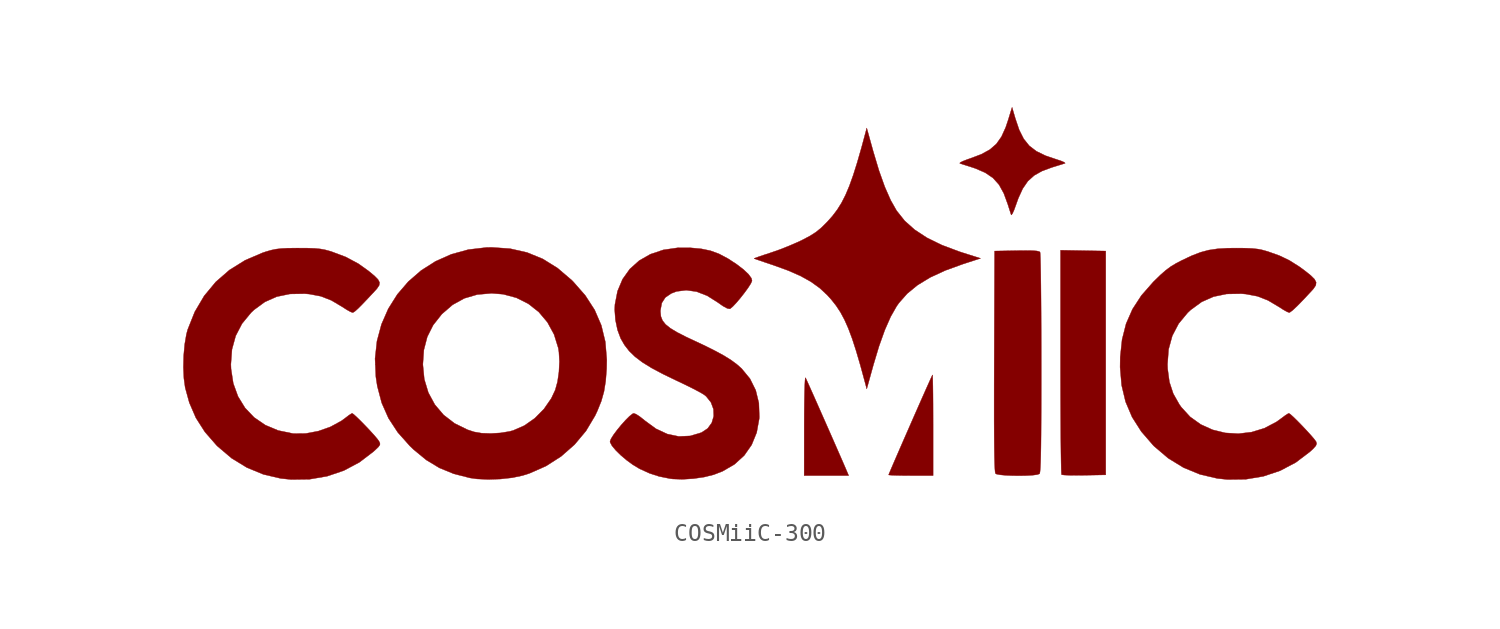
<source format=kicad_sym>
(kicad_symbol_lib
  (version 20220914)
  (generator kicad_symbol_editor)
  (symbol "COSMiiC-300"
    (pin_names
      (offset 1.016))
    (property "Reference" "#G"
      (at 0 9.948 0)
      (effects (font (size 1.27 1.27)) hide))
    (symbol "COSMiiC-300_0_0"
      (polyline (pts (xy 19.13 -10.395) (xy 20.362 -10.372) (xy 20.362 -3.979) (xy 20.362 2.413) (xy 19.071 2.436) (xy 17.78 2.46) (xy 17.78 -3.921) (xy 17.78 -4) (xy 17.781 -5.021) (xy 17.783 -5.992) (xy 17.787 -6.899) (xy 17.792 -7.73) (xy 17.797 -8.47) (xy 17.804 -9.108) (xy 17.812 -9.628) (xy 17.82 -10.02) (xy 17.829 -10.268) (xy 17.839 -10.36) (xy 17.861 -10.368) (xy 18.023 -10.385) (xy 18.309 -10.396) (xy 18.689 -10.399) (xy 19.13 -10.395)) (stroke (width 0.01) (type default)) (fill (type outline)))
      (polyline (pts (xy 5.558 -10.139) (xy 5.476 -9.946) (xy 5.324 -9.596) (xy 5.132 -9.158) (xy 4.912 -8.655) (xy 4.672 -8.108) (xy 4.422 -7.541) (xy 4.171 -6.974) (xy 3.931 -6.43) (xy 3.71 -5.931) (xy 3.517 -5.499) (xy 3.364 -5.157) (xy 3.259 -4.925) (xy 3.212 -4.826) (xy 3.201 -4.832) (xy 3.183 -4.965) (xy 3.168 -5.246) (xy 3.155 -5.66) (xy 3.145 -6.192) (xy 3.138 -6.829) (xy 3.135 -7.556) (xy 3.133 -10.414) (xy 4.404 -10.414) (xy 5.675 -10.414) (xy 5.558 -10.139)) (stroke (width 0.01) (type default)) (fill (type outline)))
      (polyline (pts (xy 10.499 -7.521) (xy 10.498 -6.973) (xy 10.496 -6.34) (xy 10.492 -5.781) (xy 10.486 -5.314) (xy 10.479 -4.96) (xy 10.472 -4.737) (xy 10.464 -4.664) (xy 10.443 -4.704) (xy 10.362 -4.879) (xy 10.229 -5.174) (xy 10.053 -5.568) (xy 9.844 -6.039) (xy 9.611 -6.567) (xy 9.363 -7.13) (xy 9.11 -7.708) (xy 8.86 -8.278) (xy 8.623 -8.821) (xy 8.409 -9.314) (xy 8.226 -9.737) (xy 8.084 -10.069) (xy 7.991 -10.288) (xy 7.959 -10.373) (xy 7.979 -10.38) (xy 8.133 -10.394) (xy 8.412 -10.404) (xy 8.787 -10.411) (xy 9.229 -10.414) (xy 10.499 -10.414) (xy 10.499 -7.521)) (stroke (width 0.01) (type default)) (fill (type outline)))
      (polyline (pts (xy 15.032 4.552) (xy 15.122 4.749) (xy 15.227 5.039) (xy 15.367 5.431) (xy 15.62 5.982) (xy 15.912 6.406) (xy 16.271 6.731) (xy 16.722 6.985) (xy 17.29 7.194) (xy 17.333 7.207) (xy 17.644 7.303) (xy 17.895 7.381) (xy 18.034 7.426) (xy 18.046 7.434) (xy 17.988 7.486) (xy 17.805 7.565) (xy 17.526 7.657) (xy 16.928 7.859) (xy 16.402 8.114) (xy 15.993 8.427) (xy 15.673 8.826) (xy 15.416 9.338) (xy 15.195 9.991) (xy 15.01 10.626) (xy 14.79 9.906) (xy 14.646 9.477) (xy 14.405 8.946) (xy 14.113 8.533) (xy 13.74 8.209) (xy 13.256 7.944) (xy 12.632 7.708) (xy 12.449 7.645) (xy 12.192 7.544) (xy 12.04 7.465) (xy 12.023 7.423) (xy 12.113 7.393) (xy 12.337 7.321) (xy 12.615 7.234) (xy 12.914 7.134) (xy 13.481 6.888) (xy 13.921 6.588) (xy 14.264 6.206) (xy 14.537 5.713) (xy 14.769 5.08) (xy 14.831 4.882) (xy 14.91 4.635) (xy 14.958 4.487) (xy 14.972 4.476) (xy 15.032 4.552)) (stroke (width 0.01) (type default)) (fill (type outline)))
      (polyline (pts (xy 15.842 -10.413) (xy 16.19 -10.392) (xy 16.448 -10.359) (xy 16.578 -10.312) (xy 16.592 -10.28) (xy 16.61 -10.164) (xy 16.626 -9.956) (xy 16.64 -9.649) (xy 16.651 -9.234) (xy 16.66 -8.702) (xy 16.667 -8.044) (xy 16.672 -7.253) (xy 16.676 -6.318) (xy 16.678 -5.231) (xy 16.678 -3.984) (xy 16.677 -3.024) (xy 16.674 -2.056) (xy 16.67 -1.149) (xy 16.664 -0.317) (xy 16.657 0.427) (xy 16.649 1.07) (xy 16.64 1.597) (xy 16.63 1.995) (xy 16.619 2.252) (xy 16.608 2.352) (xy 16.564 2.385) (xy 16.425 2.418) (xy 16.177 2.437) (xy 15.801 2.442) (xy 15.276 2.437) (xy 14.012 2.413) (xy 13.991 -3.885) (xy 13.991 -3.918) (xy 13.987 -5.202) (xy 13.986 -6.324) (xy 13.986 -7.29) (xy 13.99 -8.109) (xy 13.996 -8.786) (xy 14.004 -9.329) (xy 14.015 -9.745) (xy 14.029 -10.041) (xy 14.045 -10.223) (xy 14.065 -10.299) (xy 14.127 -10.331) (xy 14.337 -10.371) (xy 14.653 -10.4) (xy 15.035 -10.416) (xy 15.444 -10.421) (xy 15.842 -10.413)) (stroke (width 0.01) (type default)) (fill (type outline)))
      (polyline (pts (xy 7.079 -4.123) (xy 7.08 -4.117) (xy 7.407 -3.028) (xy 7.739 -2.1) (xy 8.075 -1.337) (xy 8.415 -0.739) (xy 8.546 -0.553) (xy 9.024 -0.013) (xy 9.616 0.472) (xy 10.337 0.909) (xy 11.198 1.306) (xy 12.214 1.674) (xy 13.21 1.996) (xy 12.203 2.314) (xy 11.989 2.384) (xy 10.994 2.757) (xy 10.151 3.17) (xy 9.448 3.63) (xy 8.873 4.143) (xy 8.415 4.719) (xy 8.413 4.721) (xy 8.074 5.319) (xy 7.737 6.084) (xy 7.405 7.013) (xy 7.079 8.102) (xy 6.708 9.44) (xy 6.607 9.059) (xy 6.407 8.32) (xy 6.161 7.465) (xy 5.933 6.742) (xy 5.714 6.131) (xy 5.495 5.613) (xy 5.268 5.169) (xy 5.024 4.779) (xy 4.756 4.424) (xy 4.454 4.084) (xy 4.436 4.066) (xy 4.115 3.747) (xy 3.813 3.5) (xy 3.473 3.282) (xy 3.033 3.049) (xy 2.773 2.925) (xy 2.263 2.705) (xy 1.72 2.491) (xy 1.224 2.318) (xy 1.207 2.313) (xy 0.837 2.192) (xy 0.538 2.09) (xy 0.341 2.018) (xy 0.274 1.986) (xy 0.278 1.984) (xy 0.387 1.943) (xy 0.621 1.862) (xy 0.949 1.75) (xy 1.339 1.619) (xy 1.375 1.607) (xy 2.224 1.299) (xy 2.931 0.988) (xy 3.522 0.658) (xy 4.024 0.296) (xy 4.461 -0.112) (xy 4.681 -0.356) (xy 4.957 -0.705) (xy 5.207 -1.084) (xy 5.437 -1.512) (xy 5.658 -2.01) (xy 5.877 -2.596) (xy 6.102 -3.29) (xy 6.343 -4.112) (xy 6.607 -5.08) (xy 6.708 -5.461) (xy 7.079 -4.123)) (stroke (width 0.01) (type default)) (fill (type outline)))
      (polyline (pts (xy -14.22 -10.611) (xy -13.544 -10.536) (xy -12.956 -10.412) (xy -12.563 -10.288) (xy -11.618 -9.871) (xy -10.753 -9.318) (xy -9.985 -8.644) (xy -9.332 -7.864) (xy -8.812 -6.992) (xy -8.683 -6.718) (xy -8.457 -6.158) (xy -8.304 -5.612) (xy -8.208 -5.018) (xy -8.154 -4.318) (xy -8.144 -3.796) (xy -8.228 -2.774) (xy -8.457 -1.83) (xy -8.838 -0.949) (xy -9.376 -0.118) (xy -10.075 0.677) (xy -10.152 0.753) (xy -10.956 1.439) (xy -11.801 1.964) (xy -12.701 2.332) (xy -13.668 2.55) (xy -14.714 2.623) (xy -15.02 2.617) (xy -16.053 2.496) (xy -17.027 2.228) (xy -17.93 1.826) (xy -18.753 1.302) (xy -19.483 0.668) (xy -20.112 -0.064) (xy -20.627 -0.883) (xy -21.017 -1.775) (xy -21.273 -2.729) (xy -21.383 -3.733) (xy -21.368 -4.064) (xy -18.653 -4.064) (xy -18.595 -3.236) (xy -18.401 -2.49) (xy -18.065 -1.819) (xy -17.581 -1.205) (xy -17.557 -1.179) (xy -16.952 -0.657) (xy -16.285 -0.289) (xy -15.545 -0.072) (xy -14.722 0) (xy -14.065 -0.053) (xy -13.308 -0.256) (xy -12.624 -0.6) (xy -12.027 -1.071) (xy -11.533 -1.658) (xy -11.157 -2.348) (xy -10.914 -3.127) (xy -10.878 -3.355) (xy -10.848 -3.901) (xy -10.877 -4.49) (xy -10.958 -5.053) (xy -11.087 -5.522) (xy -11.312 -6.002) (xy -11.734 -6.611) (xy -12.258 -7.14) (xy -12.854 -7.558) (xy -13.492 -7.837) (xy -13.701 -7.893) (xy -14.218 -7.977) (xy -14.771 -8.01) (xy -15.295 -7.992) (xy -15.726 -7.918) (xy -16.105 -7.793) (xy -16.842 -7.431) (xy -17.466 -6.95) (xy -17.968 -6.36) (xy -18.339 -5.675) (xy -18.571 -4.906) (xy -18.653 -4.064) (xy -21.368 -4.064) (xy -21.336 -4.775) (xy -21.254 -5.308) (xy -21.001 -6.266) (xy -20.615 -7.137) (xy -20.084 -7.948) (xy -19.396 -8.721) (xy -19.18 -8.928) (xy -18.456 -9.523) (xy -17.705 -9.977) (xy -16.886 -10.312) (xy -15.96 -10.548) (xy -15.569 -10.604) (xy -14.917 -10.635) (xy -14.22 -10.611)) (stroke (width 0.01) (type default)) (fill (type outline)))
      (polyline (pts (xy -25.129 -10.624) (xy -24.123 -10.452) (xy -23.169 -10.129) (xy -22.282 -9.659) (xy -21.477 -9.046) (xy -21.363 -8.943) (xy -21.185 -8.77) (xy -21.106 -8.654) (xy -21.107 -8.556) (xy -21.167 -8.438) (xy -21.265 -8.306) (xy -21.446 -8.094) (xy -21.681 -7.836) (xy -21.942 -7.561) (xy -22.201 -7.296) (xy -22.431 -7.072) (xy -22.603 -6.916) (xy -22.689 -6.858) (xy -22.731 -6.874) (xy -22.88 -6.97) (xy -23.081 -7.124) (xy -23.305 -7.289) (xy -23.929 -7.629) (xy -24.624 -7.875) (xy -25.339 -8.009) (xy -26.018 -8.016) (xy -26.096 -8.008) (xy -26.919 -7.838) (xy -27.652 -7.53) (xy -28.287 -7.096) (xy -28.811 -6.547) (xy -29.213 -5.893) (xy -29.484 -5.146) (xy -29.611 -4.318) (xy -29.621 -4.058) (xy -29.558 -3.206) (xy -29.346 -2.433) (xy -28.984 -1.735) (xy -28.47 -1.11) (xy -28.292 -0.942) (xy -27.677 -0.493) (xy -26.999 -0.192) (xy -26.245 -0.037) (xy -25.404 -0.022) (xy -25.133 -0.045) (xy -24.481 -0.169) (xy -23.879 -0.404) (xy -23.263 -0.769) (xy -23.26 -0.771) (xy -23.002 -0.937) (xy -22.789 -1.056) (xy -22.668 -1.101) (xy -22.613 -1.084) (xy -22.508 -1.009) (xy -22.347 -0.863) (xy -22.115 -0.63) (xy -21.799 -0.299) (xy -21.384 0.145) (xy -21.272 0.271) (xy -21.149 0.454) (xy -21.125 0.615) (xy -21.211 0.785) (xy -21.416 0.994) (xy -21.749 1.27) (xy -22.34 1.693) (xy -23.058 2.076) (xy -23.879 2.384) (xy -23.962 2.409) (xy -24.238 2.484) (xy -24.511 2.534) (xy -24.823 2.564) (xy -25.218 2.579) (xy -25.739 2.582) (xy -25.895 2.582) (xy -26.378 2.576) (xy -26.746 2.557) (xy -27.043 2.522) (xy -27.312 2.466) (xy -27.598 2.384) (xy -27.802 2.317) (xy -28.807 1.887) (xy -29.702 1.33) (xy -30.483 0.65) (xy -31.145 -0.148) (xy -31.682 -1.057) (xy -32.088 -2.074) (xy -32.159 -2.338) (xy -32.257 -2.911) (xy -32.316 -3.56) (xy -32.333 -4.228) (xy -32.304 -4.858) (xy -32.23 -5.391) (xy -31.994 -6.248) (xy -31.617 -7.119) (xy -31.104 -7.921) (xy -30.438 -8.686) (xy -30.382 -8.741) (xy -29.581 -9.421) (xy -28.701 -9.959) (xy -27.759 -10.347) (xy -26.771 -10.577) (xy -26.17 -10.639) (xy -25.129 -10.624)) (stroke (width 0.01) (type default)) (fill (type outline)))
      (polyline (pts (xy 28.361 -10.625) (xy 29.37 -10.456) (xy 30.327 -10.135) (xy 31.219 -9.665) (xy 32.029 -9.051) (xy 32.226 -8.869) (xy 32.364 -8.712) (xy 32.409 -8.596) (xy 32.383 -8.485) (xy 32.374 -8.468) (xy 32.268 -8.325) (xy 32.082 -8.108) (xy 31.844 -7.846) (xy 31.581 -7.567) (xy 31.32 -7.3) (xy 31.089 -7.073) (xy 30.916 -6.917) (xy 30.827 -6.858) (xy 30.783 -6.874) (xy 30.632 -6.968) (xy 30.428 -7.12) (xy 30.124 -7.341) (xy 29.433 -7.706) (xy 28.698 -7.931) (xy 27.944 -8.021) (xy 27.192 -7.976) (xy 26.467 -7.799) (xy 25.79 -7.493) (xy 25.185 -7.06) (xy 24.675 -6.503) (xy 24.571 -6.356) (xy 24.218 -5.731) (xy 24 -5.068) (xy 23.898 -4.318) (xy 23.889 -4.052) (xy 23.952 -3.201) (xy 24.164 -2.428) (xy 24.527 -1.734) (xy 25.039 -1.115) (xy 25.222 -0.944) (xy 25.842 -0.492) (xy 26.52 -0.192) (xy 27.269 -0.037) (xy 28.106 -0.022) (xy 28.377 -0.045) (xy 29.028 -0.169) (xy 29.631 -0.404) (xy 30.246 -0.769) (xy 30.249 -0.771) (xy 30.508 -0.937) (xy 30.72 -1.056) (xy 30.841 -1.101) (xy 30.878 -1.09) (xy 31.041 -0.97) (xy 31.309 -0.718) (xy 31.683 -0.334) (xy 32.162 0.182) (xy 32.242 0.275) (xy 32.363 0.46) (xy 32.382 0.629) (xy 32.289 0.807) (xy 32.074 1.02) (xy 31.725 1.298) (xy 31.404 1.532) (xy 30.851 1.88) (xy 30.285 2.151) (xy 29.631 2.384) (xy 29.598 2.394) (xy 29.309 2.475) (xy 29.031 2.529) (xy 28.719 2.562) (xy 28.328 2.578) (xy 27.813 2.582) (xy 27.341 2.577) (xy 26.756 2.543) (xy 26.252 2.469) (xy 25.78 2.343) (xy 25.287 2.153) (xy 24.723 1.888) (xy 24.4 1.721) (xy 24.084 1.532) (xy 23.795 1.318) (xy 23.485 1.046) (xy 23.11 0.681) (xy 23.066 0.636) (xy 22.398 -0.126) (xy 21.889 -0.909) (xy 21.525 -1.738) (xy 21.296 -2.641) (xy 21.19 -3.641) (xy 21.182 -4.223) (xy 21.269 -5.251) (xy 21.495 -6.196) (xy 21.868 -7.073) (xy 22.391 -7.896) (xy 23.072 -8.683) (xy 23.129 -8.741) (xy 23.928 -9.421) (xy 24.806 -9.959) (xy 25.748 -10.347) (xy 26.738 -10.577) (xy 27.317 -10.638) (xy 28.361 -10.625)) (stroke (width 0.01) (type default)) (fill (type outline)))
      (polyline (pts (xy -3.2 -10.589) (xy -2.581 -10.499) (xy -2.032 -10.362) (xy -1.529 -10.168) (xy -0.848 -9.772) (xy -0.293 -9.267) (xy 0.132 -8.659) (xy 0.419 -7.957) (xy 0.563 -7.168) (xy 0.57 -7.063) (xy 0.543 -6.269) (xy 0.364 -5.538) (xy 0.037 -4.88) (xy -0.436 -4.306) (xy -0.446 -4.296) (xy -0.718 -4.055) (xy -1.039 -3.819) (xy -1.429 -3.575) (xy -1.911 -3.311) (xy -2.507 -3.012) (xy -3.24 -2.667) (xy -3.615 -2.491) (xy -4.134 -2.226) (xy -4.521 -1.991) (xy -4.791 -1.772) (xy -4.963 -1.552) (xy -5.054 -1.318) (xy -5.08 -1.054) (xy -5.078 -0.965) (xy -5.001 -0.551) (xy -4.801 -0.24) (xy -4.463 -0.009) (xy -4.155 0.108) (xy -3.6 0.178) (xy -3.012 0.095) (xy -2.407 -0.14) (xy -1.801 -0.523) (xy -1.512 -0.726) (xy -1.262 -0.862) (xy -1.113 -0.888) (xy -1.091 -0.878) (xy -0.945 -0.756) (xy -0.74 -0.538) (xy -0.505 -0.26) (xy -0.27 0.04) (xy -0.062 0.327) (xy 0.088 0.564) (xy 0.153 0.715) (xy 0.12 0.856) (xy -0.045 1.085) (xy -0.333 1.358) (xy -0.725 1.658) (xy -1.204 1.971) (xy -1.244 1.995) (xy -1.737 2.256) (xy -2.221 2.432) (xy -2.755 2.542) (xy -3.397 2.601) (xy -4.085 2.6) (xy -4.914 2.48) (xy -5.654 2.232) (xy -6.295 1.865) (xy -6.829 1.386) (xy -7.244 0.803) (xy -7.53 0.123) (xy -7.679 -0.646) (xy -7.692 -0.938) (xy -7.649 -1.523) (xy -7.53 -2.095) (xy -7.348 -2.58) (xy -7.131 -2.956) (xy -6.863 -3.301) (xy -6.529 -3.625) (xy -6.11 -3.942) (xy -5.586 -4.266) (xy -4.939 -4.611) (xy -4.149 -4.992) (xy -3.837 -5.139) (xy -3.401 -5.352) (xy -3.021 -5.547) (xy -2.73 -5.705) (xy -2.561 -5.811) (xy -2.465 -5.891) (xy -2.191 -6.233) (xy -2.048 -6.62) (xy -2.034 -7.02) (xy -2.145 -7.398) (xy -2.379 -7.721) (xy -2.733 -7.956) (xy -3.375 -8.149) (xy -4.031 -8.178) (xy -4.686 -8.041) (xy -5.333 -7.741) (xy -5.964 -7.279) (xy -5.996 -7.251) (xy -6.248 -7.052) (xy -6.463 -6.911) (xy -6.6 -6.858) (xy -6.673 -6.886) (xy -6.846 -7.023) (xy -7.069 -7.245) (xy -7.315 -7.519) (xy -7.555 -7.811) (xy -7.761 -8.088) (xy -7.904 -8.317) (xy -7.959 -8.466) (xy -7.951 -8.514) (xy -7.845 -8.714) (xy -7.633 -8.968) (xy -7.344 -9.252) (xy -7.008 -9.536) (xy -6.653 -9.796) (xy -6.307 -10.004) (xy -6.248 -10.035) (xy -5.695 -10.287) (xy -5.152 -10.462) (xy -4.53 -10.587) (xy -4.376 -10.607) (xy -3.821 -10.627) (xy -3.2 -10.589)) (stroke (width 0.01) (type default)) (fill (type outline))))))
</source>
